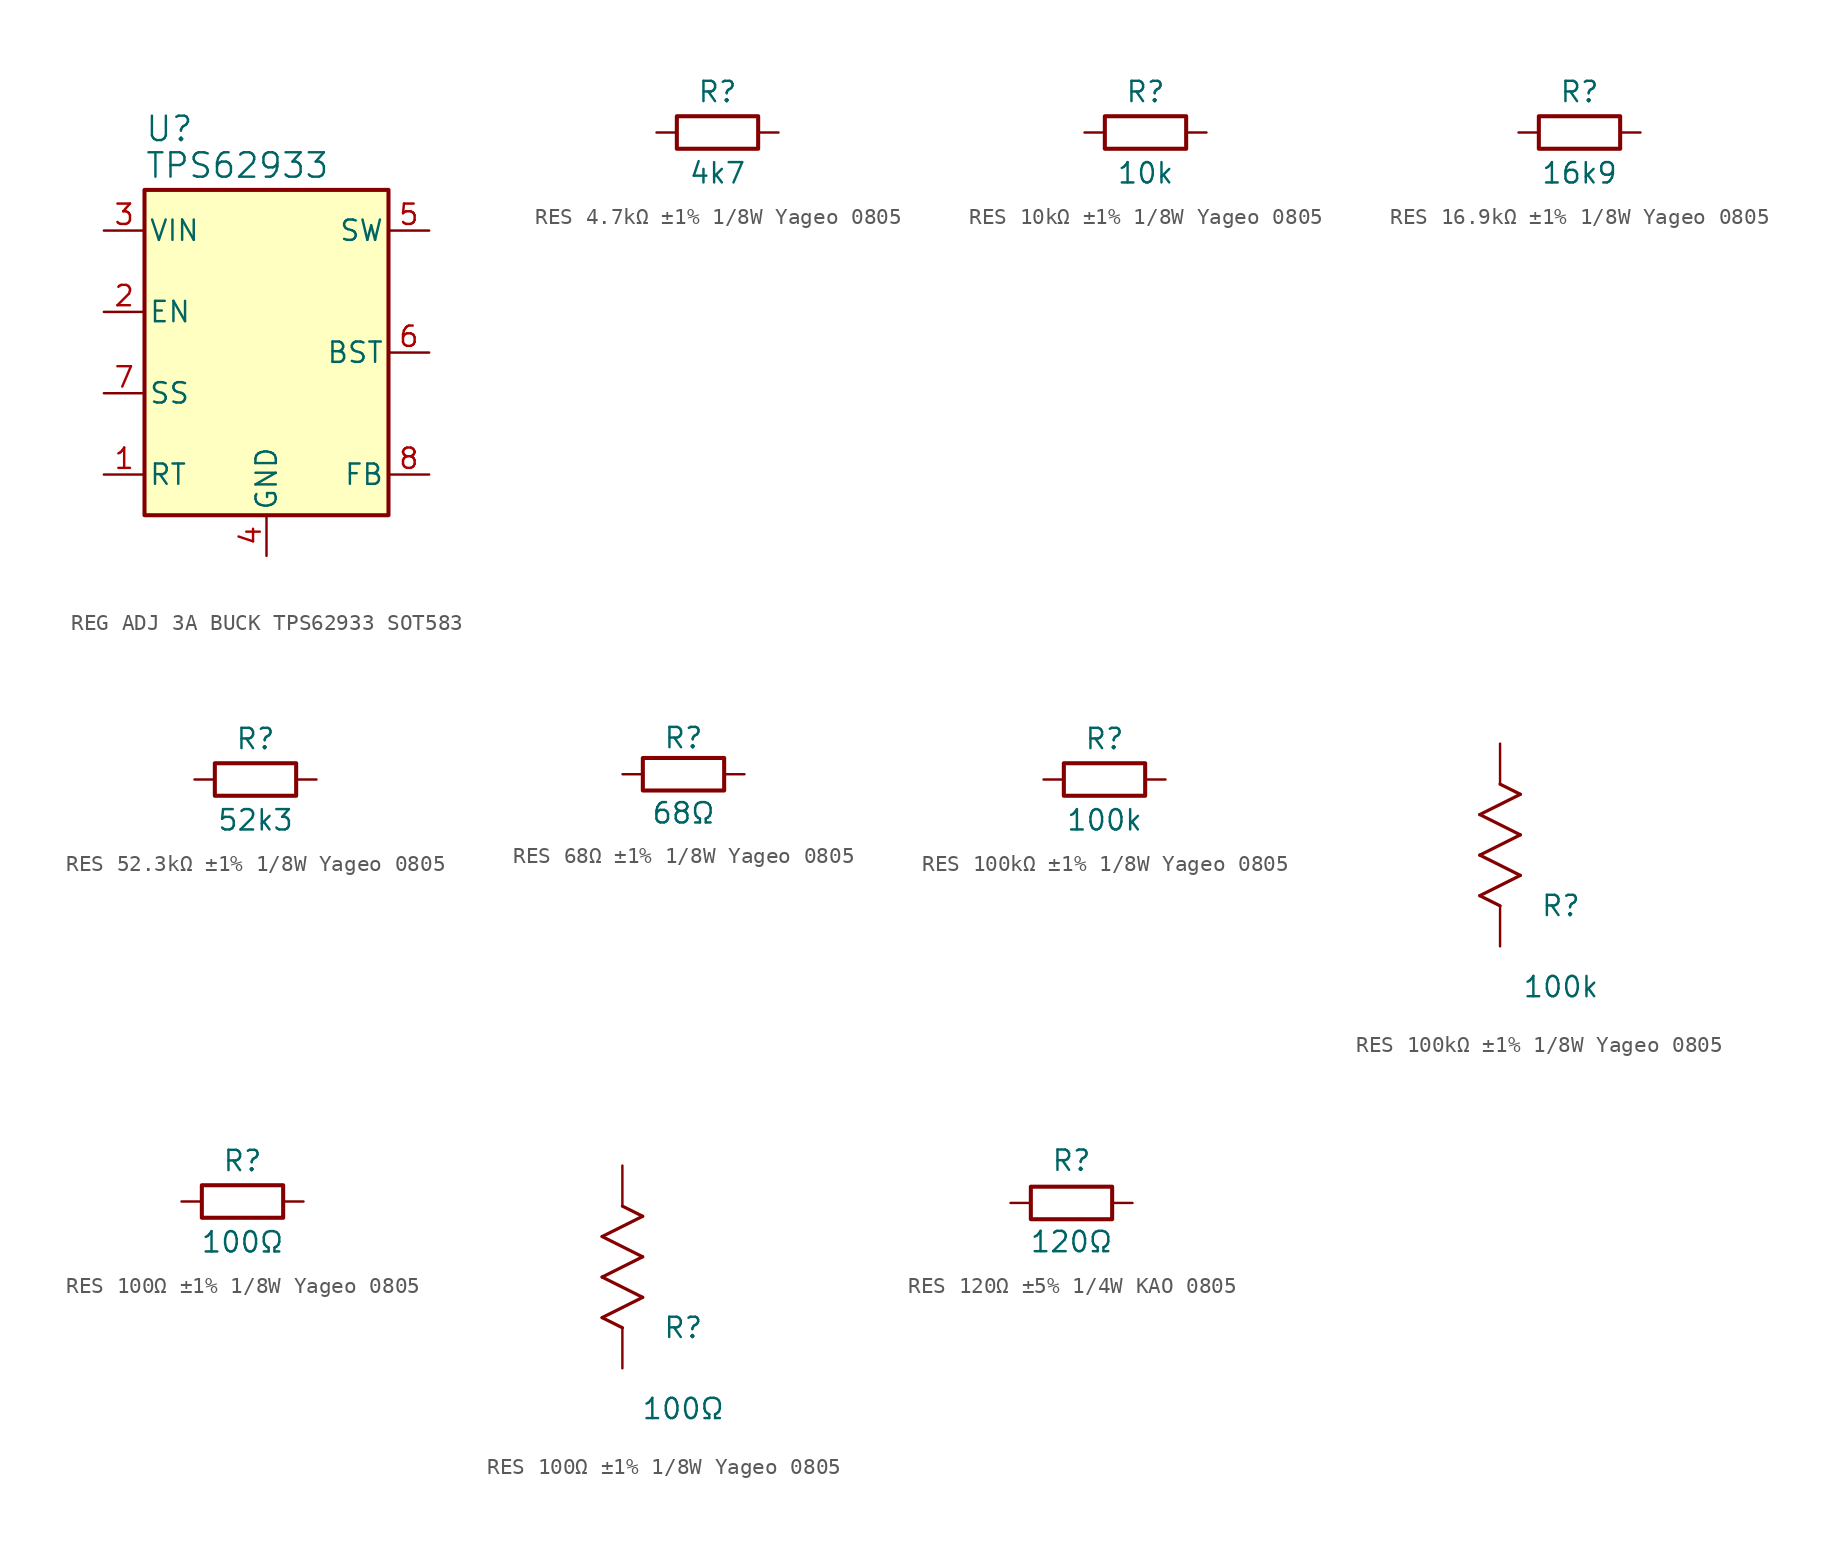
<source format=kicad_sym>
(kicad_symbol_lib
  (version 20241209)
  (generator "kicad_symbol_editor")
  (generator_version "9.0")
  (symbol "REG ADJ 3A BUCK TPS62933 SOT583"
    (pin_names
      (offset 0.254))
    (property "Reference" "U"
      (at 0 3.81 0)
      (effects (font (size 1.524 1.524)) (justify left)))
    (property "Value" "TPS62933"
      (at 0 1.524 0)
      (effects (font (size 1.524 1.524)) (justify left)))
    (symbol "REG ADJ 3A BUCK TPS62933 SOT583_0_1"
      (rectangle (start 0 0) (end 15.24 -20.32) (stroke (width 0.254) (type default)) (fill (type background)))
      (pin power_in line (at -2.54 -2.54 0) (length 2.54) (name "VIN" (effects (font (size 1.27 1.27)))) (number "3" (effects (font (size 1.27 1.27)))))
      (pin input line (at -2.54 -7.62 0) (length 2.54) (name "EN" (effects (font (size 1.27 1.27)))) (number "2" (effects (font (size 1.27 1.27)))))
      (pin input line (at -2.54 -12.7 0) (length 2.54) (name "SS" (effects (font (size 1.27 1.27)))) (number "7" (effects (font (size 1.27 1.27)))))
      (pin input line (at -2.54 -17.78 0) (length 2.54) (name "RT" (effects (font (size 1.27 1.27)))) (number "1" (effects (font (size 1.27 1.27)))))
      (pin power_in line (at 7.62 -22.86 90) (length 2.54) (name "GND" (effects (font (size 1.27 1.27)))) (number "4" (effects (font (size 1.27 1.27)))))
      (pin power_out line (at 17.78 -2.54 180) (length 2.54) (name "SW" (effects (font (size 1.27 1.27)))) (number "5" (effects (font (size 1.27 1.27)))))
      (pin input line (at 17.78 -10.16 180) (length 2.54) (name "BST" (effects (font (size 1.27 1.27)))) (number "6" (effects (font (size 1.27 1.27)))))
      (pin input line (at 17.78 -17.78 180) (length 2.54) (name "FB" (effects (font (size 1.27 1.27)))) (number "8" (effects (font (size 1.27 1.27)))))))
  (symbol "RES 4.7kΩ ±1% 1/8W Yageo 0805"
    (pin_numbers
      (hide yes))
    (pin_names
      (offset 0)
      (hide yes))
    (property "Reference" "R"
      (at 3.81 2.54 0)
      (effects (font (size 1.27 1.27))))
    (property "Value" "4k7"
      (at 3.81 -2.54 0)
      (effects (font (size 1.27 1.27))))
    (symbol "RES 4.7kΩ ±1% 1/8W Yageo 0805_0_1"
      (rectangle (start 1.27 1.016) (end 6.35 -1.016) (stroke (width 0.254) (type default)) (fill (type none))))
    (symbol "RES 4.7kΩ ±1% 1/8W Yageo 0805_1_1"
      (pin passive line (at 0 0 0) (length 1.27) (name "~" (effects (font (size 1.27 1.27)))) (number "1" (effects (font (size 1.27 1.27)))))
      (pin passive line (at 7.62 0 180) (length 1.27) (name "~" (effects (font (size 1.27 1.27)))) (number "2" (effects (font (size 1.27 1.27)))))))
  (symbol "RES 10kΩ ±1% 1/8W Yageo 0805"
    (pin_numbers
      (hide yes))
    (pin_names
      (offset 0)
      (hide yes))
    (property "Reference" "R"
      (at 3.81 2.54 0)
      (effects (font (size 1.27 1.27))))
    (property "Value" "10k"
      (at 3.81 -2.54 0)
      (effects (font (size 1.27 1.27))))
    (symbol "RES 10kΩ ±1% 1/8W Yageo 0805_0_1"
      (rectangle (start 1.27 1.016) (end 6.35 -1.016) (stroke (width 0.254) (type default)) (fill (type none))))
    (symbol "RES 10kΩ ±1% 1/8W Yageo 0805_1_1"
      (pin passive line (at 0 0 0) (length 1.27) (name "~" (effects (font (size 1.27 1.27)))) (number "1" (effects (font (size 1.27 1.27)))))
      (pin passive line (at 7.62 0 180) (length 1.27) (name "~" (effects (font (size 1.27 1.27)))) (number "2" (effects (font (size 1.27 1.27)))))))
  (symbol "RES 16.9kΩ ±1% 1/8W Yageo 0805"
    (pin_numbers
      (hide yes))
    (pin_names
      (offset 0)
      (hide yes))
    (property "Reference" "R"
      (at 3.81 2.54 0)
      (effects (font (size 1.27 1.27))))
    (property "Value" "16k9"
      (at 3.81 -2.54 0)
      (effects (font (size 1.27 1.27))))
    (symbol "RES 16.9kΩ ±1% 1/8W Yageo 0805_0_1"
      (rectangle (start 1.27 1.016) (end 6.35 -1.016) (stroke (width 0.254) (type default)) (fill (type none))))
    (symbol "RES 16.9kΩ ±1% 1/8W Yageo 0805_1_1"
      (pin passive line (at 0 0 0) (length 1.27) (name "~" (effects (font (size 1.27 1.27)))) (number "1" (effects (font (size 1.27 1.27)))))
      (pin passive line (at 7.62 0 180) (length 1.27) (name "~" (effects (font (size 1.27 1.27)))) (number "2" (effects (font (size 1.27 1.27)))))))
  (symbol "RES 52.3kΩ ±1% 1/8W Yageo 0805"
    (pin_numbers
      (hide yes))
    (pin_names
      (offset 0))
    (property "Reference" "R"
      (at 3.81 2.54 0)
      (effects (font (size 1.27 1.27))))
    (property "Value" "52k3"
      (at 3.81 -2.54 0)
      (effects (font (size 1.27 1.27))))
    (symbol "RES 52.3kΩ ±1% 1/8W Yageo 0805_0_1"
      (rectangle (start 1.27 1.016) (end 6.35 -1.016) (stroke (width 0.254) (type default)) (fill (type none))))
    (symbol "RES 52.3kΩ ±1% 1/8W Yageo 0805_1_1"
      (pin passive line (at 0 0 0) (length 1.27) (name "~" (effects (font (size 1.27 1.27)))) (number "1" (effects (font (size 1.27 1.27)))))
      (pin passive line (at 7.62 0 180) (length 1.27) (name "~" (effects (font (size 1.27 1.27)))) (number "2" (effects (font (size 1.27 1.27)))))))
  (symbol "RES 68Ω ±1% 1/8W Yageo 0805"
    (pin_numbers
      (hide yes))
    (pin_names
      (hide yes))
    (property "Reference" "R"
      (at 3.81 1.524 0)
      (effects (font (size 1.27 1.27)) (justify bottom)))
    (property "Value" "68Ω"
      (at 3.81 -3.175 0)
      (effects (font (size 1.27 1.27)) (justify bottom)))
    (symbol "RES 68Ω ±1% 1/8W Yageo 0805_0_1"
      (rectangle (start 1.27 1.016) (end 6.35 -1.016) (stroke (width 0.254) (type default)) (fill (type none))))
    (symbol "RES 68Ω ±1% 1/8W Yageo 0805_1_1"
      (pin passive line (at 0 0 0) (length 1.27) (name "~" (effects (font (size 1.27 1.27)))) (number "1" (effects (font (size 1.27 1.27)))))
      (pin passive line (at 7.62 0 180) (length 1.27) (name "~" (effects (font (size 1.27 1.27)))) (number "2" (effects (font (size 1.27 1.27)))))))
  (symbol "RES 100kΩ ±1% 1/8W Yageo 0805"
    (pin_numbers
      (hide yes))
    (pin_names
      (offset 0.254)
      (hide yes))
    (property "Reference" "R"
      (at 3.81 2.54 0)
      (effects (font (size 1.27 1.27))))
    (property "Value" "100k"
      (at 3.81 -2.54 0)
      (effects (font (size 1.27 1.27))))
    (symbol "RES 100kΩ ±1% 1/8W Yageo 0805_0_1"
      (rectangle (start 1.27 1.016) (end 6.35 -1.016) (stroke (width 0.254) (type default)) (fill (type none))))
    (symbol "RES 100kΩ ±1% 1/8W Yageo 0805_1_1"
      (pin passive line (at 0 0 0) (length 1.27) (name "~" (effects (font (size 1.27 1.27)))) (number "1" (effects (font (size 1.27 1.27)))))
      (pin passive line (at 7.62 0 180) (length 1.27) (name "~" (effects (font (size 1.27 1.27)))) (number "2" (effects (font (size 1.27 1.27))))))
    (symbol "RES 100kΩ ±1% 1/8W Yageo 0805_1_2"
      (polyline (pts (xy -1.27 8.255) (xy 1.27 9.525)) (stroke (width 0.203) (type default)) (fill (type none)))
      (polyline (pts (xy -1.27 5.715) (xy 1.27 6.985)) (stroke (width 0.203) (type default)) (fill (type none)))
      (polyline (pts (xy -1.27 3.175) (xy 1.27 4.445)) (stroke (width 0.203) (type default)) (fill (type none)))
      (polyline (pts (xy 0 2.54) (xy -1.27 3.175)) (stroke (width 0.203) (type default)) (fill (type none)))
      (polyline (pts (xy 1.27 9.525) (xy 0 10.16)) (stroke (width 0.203) (type default)) (fill (type none)))
      (polyline (pts (xy 1.27 6.985) (xy -1.27 8.255)) (stroke (width 0.203) (type default)) (fill (type none)))
      (polyline (pts (xy 1.27 4.445) (xy -1.27 5.715)) (stroke (width 0.203) (type default)) (fill (type none)))
      (pin unspecified line (at 0 12.7 270) (length 2.54) (name "" (effects (font (size 1.27 1.27)))) (number "1" (effects (font (size 1.27 1.27)))))
      (pin unspecified line (at 0 0 90) (length 2.54) (name "" (effects (font (size 1.27 1.27)))) (number "2" (effects (font (size 1.27 1.27)))))))
  (symbol "RES 100Ω ±1% 1/8W Yageo 0805"
    (pin_numbers
      (hide yes))
    (pin_names
      (offset 0.254)
      (hide yes))
    (property "Reference" "R"
      (at 3.81 2.54 0)
      (effects (font (size 1.27 1.27))))
    (property "Value" "100Ω"
      (at 3.81 -2.54 0)
      (effects (font (size 1.27 1.27))))
    (symbol "RES 100Ω ±1% 1/8W Yageo 0805_0_1"
      (rectangle (start 1.27 1.016) (end 6.35 -1.016) (stroke (width 0.254) (type default)) (fill (type none))))
    (symbol "RES 100Ω ±1% 1/8W Yageo 0805_1_1"
      (pin passive line (at 0 0 0) (length 1.27) (name "~" (effects (font (size 1.27 1.27)))) (number "1" (effects (font (size 1.27 1.27)))))
      (pin passive line (at 7.62 0 180) (length 1.27) (name "~" (effects (font (size 1.27 1.27)))) (number "2" (effects (font (size 1.27 1.27))))))
    (symbol "RES 100Ω ±1% 1/8W Yageo 0805_1_2"
      (polyline (pts (xy -1.27 8.255) (xy 1.27 9.525)) (stroke (width 0.203) (type default)) (fill (type none)))
      (polyline (pts (xy -1.27 5.715) (xy 1.27 6.985)) (stroke (width 0.203) (type default)) (fill (type none)))
      (polyline (pts (xy -1.27 3.175) (xy 1.27 4.445)) (stroke (width 0.203) (type default)) (fill (type none)))
      (polyline (pts (xy 0 2.54) (xy -1.27 3.175)) (stroke (width 0.203) (type default)) (fill (type none)))
      (polyline (pts (xy 1.27 9.525) (xy 0 10.16)) (stroke (width 0.203) (type default)) (fill (type none)))
      (polyline (pts (xy 1.27 6.985) (xy -1.27 8.255)) (stroke (width 0.203) (type default)) (fill (type none)))
      (polyline (pts (xy 1.27 4.445) (xy -1.27 5.715)) (stroke (width 0.203) (type default)) (fill (type none)))
      (pin unspecified line (at 0 12.7 270) (length 2.54) (name "" (effects (font (size 1.27 1.27)))) (number "1" (effects (font (size 1.27 1.27)))))
      (pin unspecified line (at 0 0 90) (length 2.54) (name "" (effects (font (size 1.27 1.27)))) (number "2" (effects (font (size 1.27 1.27)))))))
  (symbol "RES 120Ω ±5% 1/4W KAO 0805"
    (pin_numbers
      (hide yes))
    (pin_names
      (hide yes))
    (property "Reference" "R"
      (at 3.81 1.905 0)
      (effects (font (size 1.27 1.27)) (justify bottom)))
    (property "Value" "120Ω"
      (at 3.81 -3.175 0)
      (effects (font (size 1.27 1.27)) (justify bottom)))
    (symbol "RES 120Ω ±5% 1/4W KAO 0805_0_1"
      (rectangle (start 1.27 1.016) (end 6.35 -1.016) (stroke (width 0.254) (type default)) (fill (type none))))
    (symbol "RES 120Ω ±5% 1/4W KAO 0805_1_1"
      (pin passive line (at 0 0 0) (length 1.27) (name "~" (effects (font (size 1.27 1.27)))) (number "1" (effects (font (size 1.27 1.27)))))
      (pin passive line (at 7.62 0 180) (length 1.27) (name "~" (effects (font (size 1.27 1.27)))) (number "2" (effects (font (size 1.27 1.27))))))))
</source>
